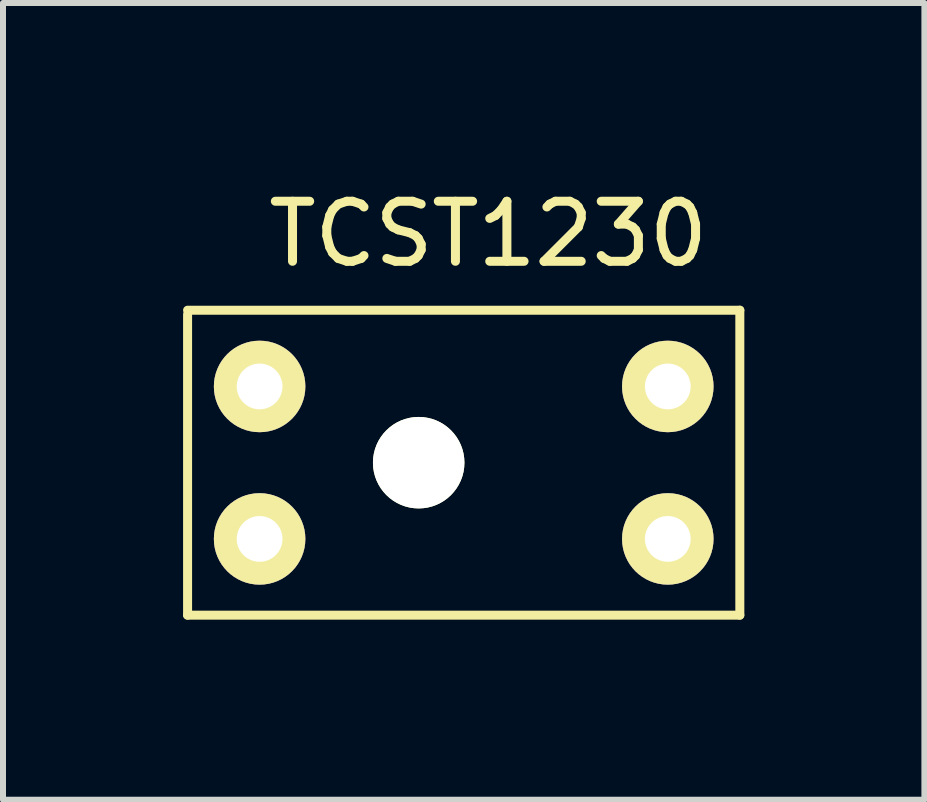
<source format=kicad_pcb>
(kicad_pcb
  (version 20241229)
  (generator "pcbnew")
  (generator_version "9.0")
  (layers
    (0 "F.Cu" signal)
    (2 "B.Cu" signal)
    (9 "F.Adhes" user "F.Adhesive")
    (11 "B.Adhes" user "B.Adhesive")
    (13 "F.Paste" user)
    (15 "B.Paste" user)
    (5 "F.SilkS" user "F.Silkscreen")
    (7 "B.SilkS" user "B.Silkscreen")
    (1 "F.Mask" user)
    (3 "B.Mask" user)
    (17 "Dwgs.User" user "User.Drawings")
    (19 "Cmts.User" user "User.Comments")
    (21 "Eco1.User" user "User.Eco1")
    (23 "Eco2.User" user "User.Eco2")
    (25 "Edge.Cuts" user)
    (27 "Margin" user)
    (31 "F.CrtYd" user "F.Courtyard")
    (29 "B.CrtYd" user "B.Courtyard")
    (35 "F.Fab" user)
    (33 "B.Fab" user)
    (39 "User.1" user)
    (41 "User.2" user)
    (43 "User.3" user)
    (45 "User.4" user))
  (footprint "TCST1230"
    (layer "F.Cu")
    (at 1.275 3.388)
    (property "Reference" "TCST1230" (at 3.81 -2.54 0) (layer "F.SilkS") (effects (font (size 1 1) (thickness 0.15))))
    (attr through_hole)
    (fp_line (start -1.2 -1.27) (end 8 -1.27) (stroke (width 0.15) (type solid)) (layer "F.SilkS"))
    (fp_line (start -1.2 3.81) (end -1.2 -1.2) (stroke (width 0.15) (type solid)) (layer "F.SilkS"))
    (fp_line (start 8 -1.27) (end 8 3.81) (stroke (width 0.15) (type solid)) (layer "F.SilkS"))
    (fp_line (start 8 3.81) (end -1.2 3.81) (stroke (width 0.15) (type solid)) (layer "F.SilkS"))
    (pad "" np_thru_hole circle (at 2.65 1.27) (size 1.524 1.524) (drill 1.524) (layers "*.Cu" "*.Mask" "F.SilkS"))
    (pad "1" thru_hole circle (at 0 0) (size 1.524 1.524) (drill 0.762) (layers "*.Cu" "*.Mask" "F.SilkS"))
    (pad "2" thru_hole circle (at 0 2.54) (size 1.524 1.524) (drill 0.762) (layers "*.Cu" "*.Mask" "F.SilkS"))
    (pad "3" thru_hole circle (at 6.8 2.54) (size 1.524 1.524) (drill 0.762) (layers "*.Cu" "*.Mask" "F.SilkS"))
    (pad "4" thru_hole circle (at 6.8 0) (size 1.524 1.524) (drill 0.762) (layers "*.Cu" "*.Mask" "F.SilkS")))
  (gr_rect
    (start -3 -3)
    (end 12.35 10.273)
    (stroke (width 0.1) (type default))
    (fill no)
    (layer "Edge.Cuts")))
</source>
